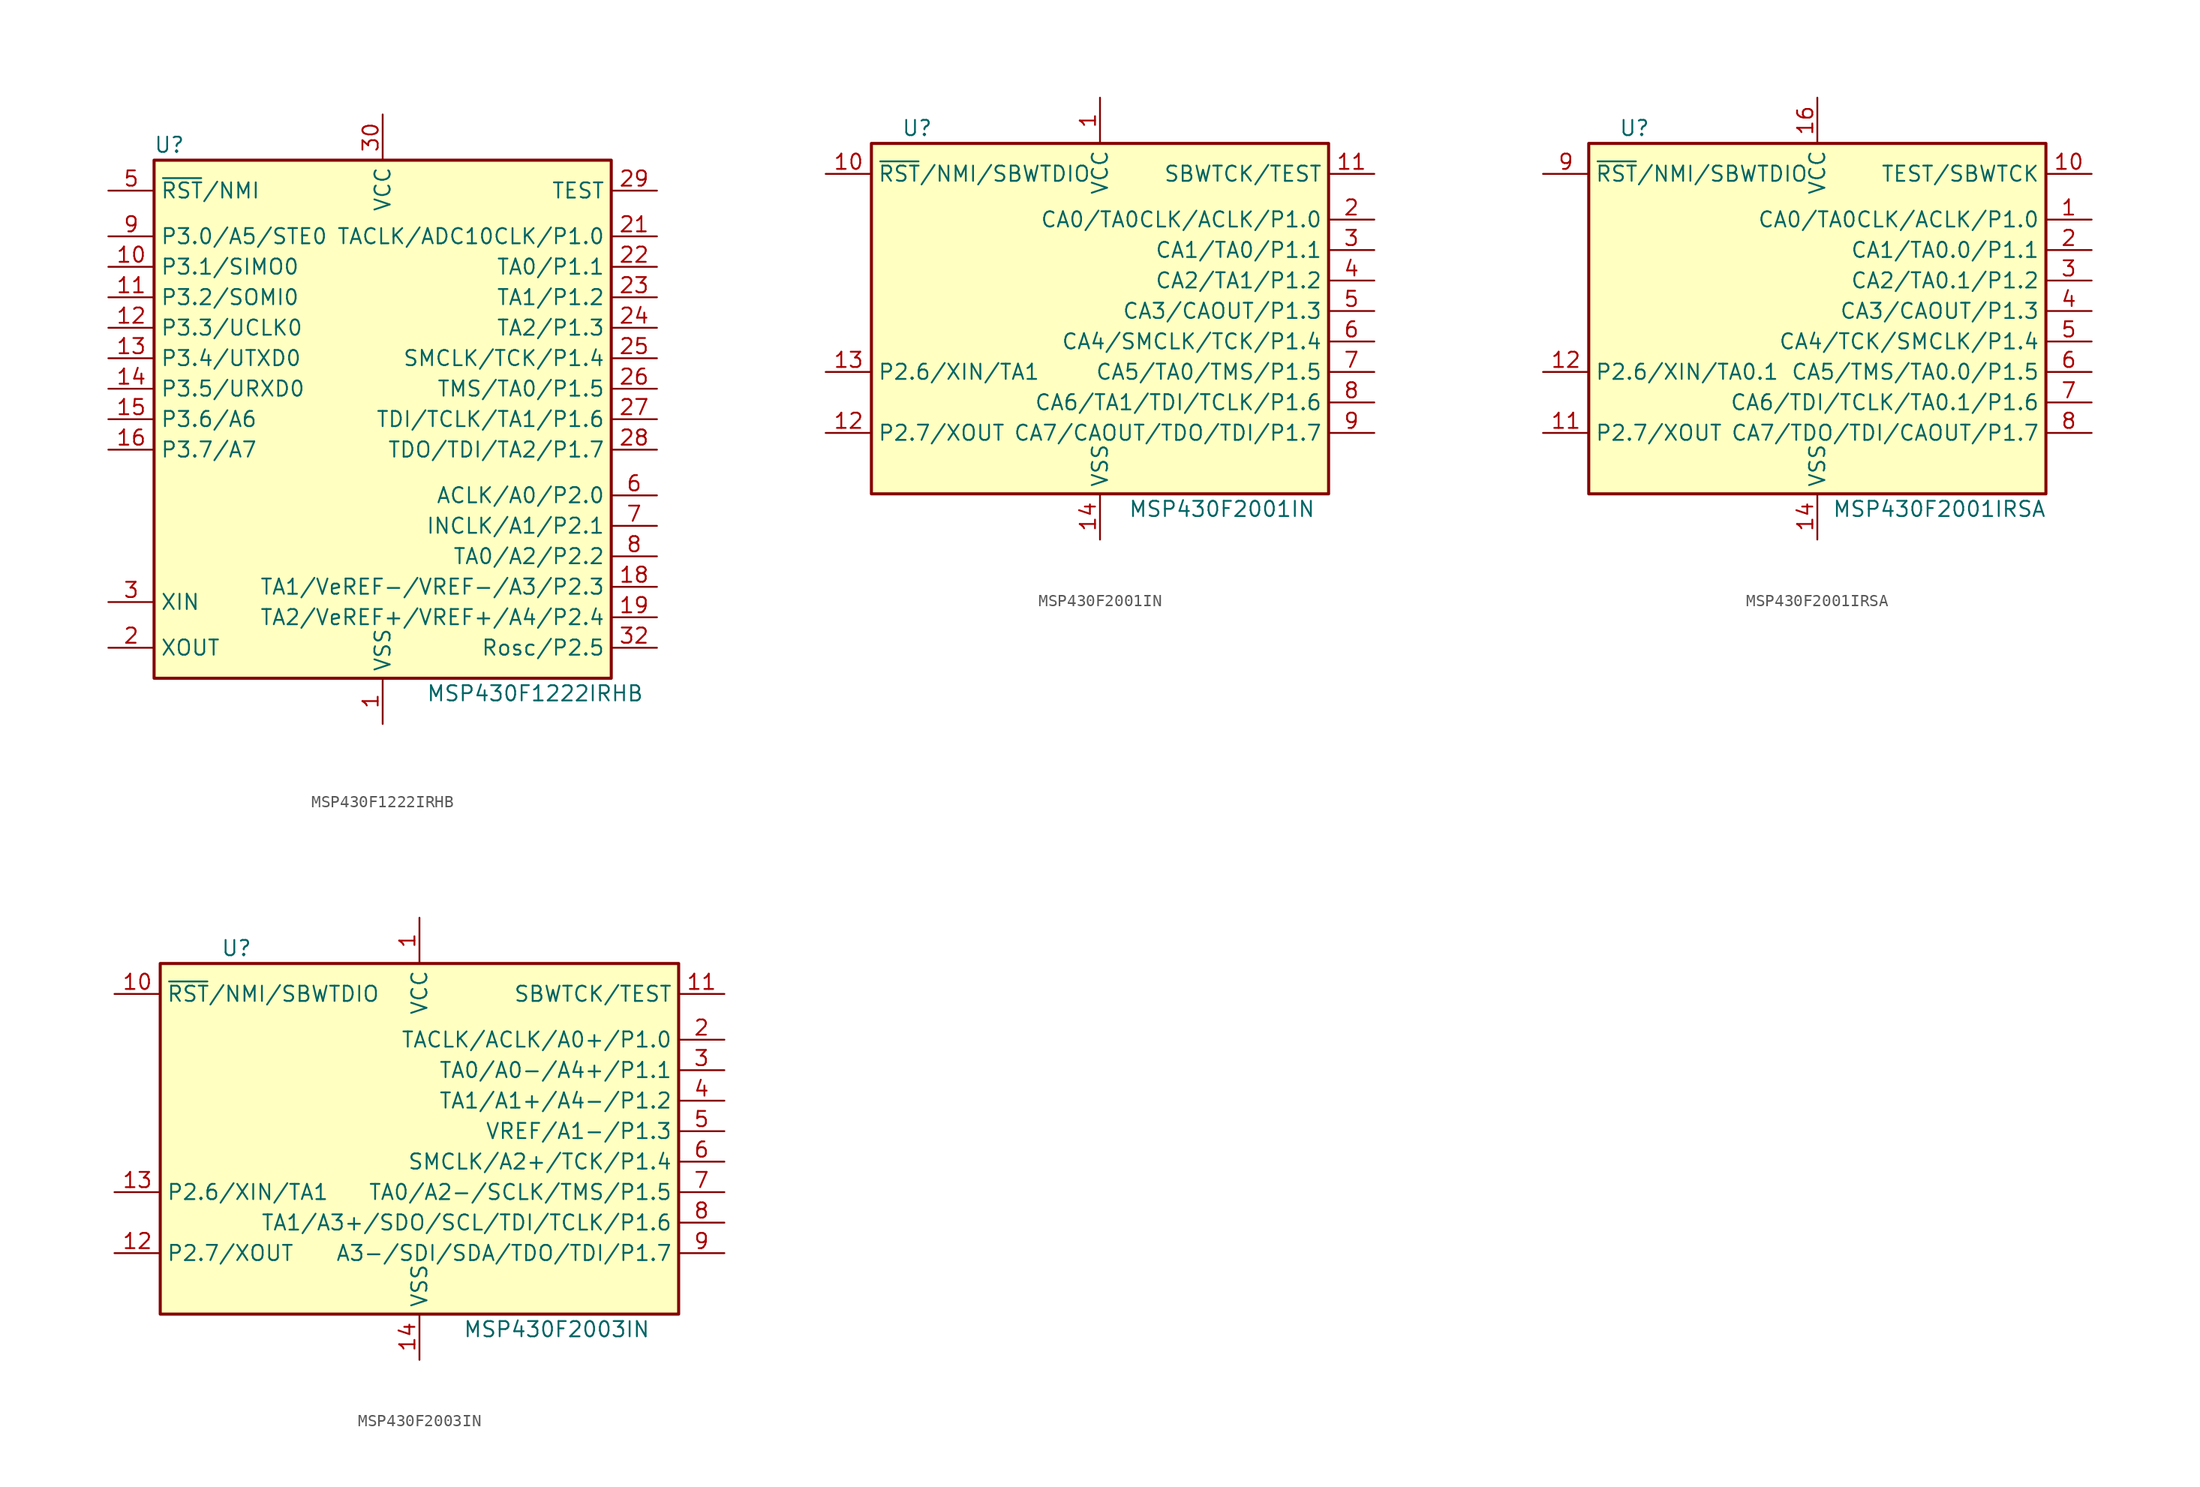
<source format=kicad_sym>
(kicad_symbol_lib
  (version 20211014)
  (generator kicad_symbol_editor)
  (symbol "MSP430F1222IRHB"
    (property "Reference" "U"
      (at -17.78 22.86 0)
      (effects (font (size 1.27 1.27))))
    (property "Value" "MSP430F1222IRHB"
      (at 12.7 -22.86 0)
      (effects (font (size 1.27 1.27))))
    (symbol "MSP430F1222IRHB_0_1"
      (rectangle (start -19.05 21.59) (end 19.05 -21.59) (stroke (width 0.254) (type default) (color 0 0 0 0)) (fill (type background))))
    (symbol "MSP430F1222IRHB_1_1"
      (pin power_in line (at 0 -25.4 90) (length 3.81) (name "VSS" (effects (font (size 1.27 1.27)))) (number "1" (effects (font (size 1.27 1.27)))))
      (pin bidirectional line (at -22.86 12.7 0) (length 3.81) (name "P3.1/SIMO0" (effects (font (size 1.27 1.27)))) (number "10" (effects (font (size 1.27 1.27)))))
      (pin bidirectional line (at -22.86 10.16 0) (length 3.81) (name "P3.2/SOMI0" (effects (font (size 1.27 1.27)))) (number "11" (effects (font (size 1.27 1.27)))))
      (pin bidirectional line (at -22.86 7.62 0) (length 3.81) (name "P3.3/UCLK0" (effects (font (size 1.27 1.27)))) (number "12" (effects (font (size 1.27 1.27)))))
      (pin bidirectional line (at -22.86 5.08 0) (length 3.81) (name "P3.4/UTXD0" (effects (font (size 1.27 1.27)))) (number "13" (effects (font (size 1.27 1.27)))))
      (pin bidirectional line (at -22.86 2.54 0) (length 3.81) (name "P3.5/URXD0" (effects (font (size 1.27 1.27)))) (number "14" (effects (font (size 1.27 1.27)))))
      (pin bidirectional line (at -22.86 0 0) (length 3.81) (name "P3.6/A6" (effects (font (size 1.27 1.27)))) (number "15" (effects (font (size 1.27 1.27)))))
      (pin bidirectional line (at -22.86 -2.54 0) (length 3.81) (name "P3.7/A7" (effects (font (size 1.27 1.27)))) (number "16" (effects (font (size 1.27 1.27)))))
      (pin bidirectional line (at 22.86 -13.97 180) (length 3.81) (name "TA1/VeREF-/VREF-/A3/P2.3" (effects (font (size 1.27 1.27)))) (number "18" (effects (font (size 1.27 1.27)))))
      (pin bidirectional line (at 22.86 -16.51 180) (length 3.81) (name "TA2/VeREF+/VREF+/A4/P2.4" (effects (font (size 1.27 1.27)))) (number "19" (effects (font (size 1.27 1.27)))))
      (pin output line (at -22.86 -19.05 0) (length 3.81) (name "XOUT" (effects (font (size 1.27 1.27)))) (number "2" (effects (font (size 1.27 1.27)))))
      (pin bidirectional line (at 22.86 15.24 180) (length 3.81) (name "TACLK/ADC10CLK/P1.0" (effects (font (size 1.27 1.27)))) (number "21" (effects (font (size 1.27 1.27)))))
      (pin bidirectional line (at 22.86 12.7 180) (length 3.81) (name "TA0/P1.1" (effects (font (size 1.27 1.27)))) (number "22" (effects (font (size 1.27 1.27)))))
      (pin bidirectional line (at 22.86 10.16 180) (length 3.81) (name "TA1/P1.2" (effects (font (size 1.27 1.27)))) (number "23" (effects (font (size 1.27 1.27)))))
      (pin bidirectional line (at 22.86 7.62 180) (length 3.81) (name "TA2/P1.3" (effects (font (size 1.27 1.27)))) (number "24" (effects (font (size 1.27 1.27)))))
      (pin bidirectional line (at 22.86 5.08 180) (length 3.81) (name "SMCLK/TCK/P1.4" (effects (font (size 1.27 1.27)))) (number "25" (effects (font (size 1.27 1.27)))))
      (pin bidirectional line (at 22.86 2.54 180) (length 3.81) (name "TMS/TA0/P1.5" (effects (font (size 1.27 1.27)))) (number "26" (effects (font (size 1.27 1.27)))))
      (pin bidirectional line (at 22.86 0 180) (length 3.81) (name "TDI/TCLK/TA1/P1.6" (effects (font (size 1.27 1.27)))) (number "27" (effects (font (size 1.27 1.27)))))
      (pin bidirectional line (at 22.86 -2.54 180) (length 3.81) (name "TDO/TDI/TA2/P1.7" (effects (font (size 1.27 1.27)))) (number "28" (effects (font (size 1.27 1.27)))))
      (pin input line (at 22.86 19.05 180) (length 3.81) (name "TEST" (effects (font (size 1.27 1.27)))) (number "29" (effects (font (size 1.27 1.27)))))
      (pin input line (at -22.86 -15.24 0) (length 3.81) (name "XIN" (effects (font (size 1.27 1.27)))) (number "3" (effects (font (size 1.27 1.27)))))
      (pin power_in line (at 0 25.4 270) (length 3.81) (name "VCC" (effects (font (size 1.27 1.27)))) (number "30" (effects (font (size 1.27 1.27)))))
      (pin bidirectional line (at 22.86 -19.05 180) (length 3.81) (name "Rosc/P2.5" (effects (font (size 1.27 1.27)))) (number "32" (effects (font (size 1.27 1.27)))))
      (pin input line (at -22.86 19.05 0) (length 3.81) (name "~{RST}/NMI" (effects (font (size 1.27 1.27)))) (number "5" (effects (font (size 1.27 1.27)))))
      (pin bidirectional line (at 22.86 -6.35 180) (length 3.81) (name "ACLK/A0/P2.0" (effects (font (size 1.27 1.27)))) (number "6" (effects (font (size 1.27 1.27)))))
      (pin bidirectional line (at 22.86 -8.89 180) (length 3.81) (name "INCLK/A1/P2.1" (effects (font (size 1.27 1.27)))) (number "7" (effects (font (size 1.27 1.27)))))
      (pin bidirectional line (at 22.86 -11.43 180) (length 3.81) (name "TA0/A2/P2.2" (effects (font (size 1.27 1.27)))) (number "8" (effects (font (size 1.27 1.27)))))
      (pin bidirectional line (at -22.86 15.24 0) (length 3.81) (name "P3.0/A5/STE0" (effects (font (size 1.27 1.27)))) (number "9" (effects (font (size 1.27 1.27)))))))
  (symbol "MSP430F2001IN"
    (property "Reference" "U"
      (at -15.24 15.24 0)
      (effects (font (size 1.27 1.27))))
    (property "Value" "MSP430F2001IN"
      (at 10.16 -16.51 0)
      (effects (font (size 1.27 1.27))))
    (symbol "MSP430F2001IN_0_1"
      (rectangle (start -19.05 13.97) (end 19.05 -15.24) (stroke (width 0.254) (type default) (color 0 0 0 0)) (fill (type background))))
    (symbol "MSP430F2001IN_1_1"
      (pin power_in line (at 0 17.78 270) (length 3.81) (name "VCC" (effects (font (size 1.27 1.27)))) (number "1" (effects (font (size 1.27 1.27)))))
      (pin input line (at -22.86 11.43 0) (length 3.81) (name "~{RST}/NMI/SBWTDIO" (effects (font (size 1.27 1.27)))) (number "10" (effects (font (size 1.27 1.27)))))
      (pin input line (at 22.86 11.43 180) (length 3.81) (name "SBWTCK/TEST" (effects (font (size 1.27 1.27)))) (number "11" (effects (font (size 1.27 1.27)))))
      (pin bidirectional line (at -22.86 -10.16 0) (length 3.81) (name "P2.7/XOUT" (effects (font (size 1.27 1.27)))) (number "12" (effects (font (size 1.27 1.27)))))
      (pin bidirectional line (at -22.86 -5.08 0) (length 3.81) (name "P2.6/XIN/TA1" (effects (font (size 1.27 1.27)))) (number "13" (effects (font (size 1.27 1.27)))))
      (pin power_in line (at 0 -19.05 90) (length 3.81) (name "VSS" (effects (font (size 1.27 1.27)))) (number "14" (effects (font (size 1.27 1.27)))))
      (pin bidirectional line (at 22.86 7.62 180) (length 3.81) (name "CA0/TA0CLK/ACLK/P1.0" (effects (font (size 1.27 1.27)))) (number "2" (effects (font (size 1.27 1.27)))))
      (pin bidirectional line (at 22.86 5.08 180) (length 3.81) (name "CA1/TA0/P1.1" (effects (font (size 1.27 1.27)))) (number "3" (effects (font (size 1.27 1.27)))))
      (pin bidirectional line (at 22.86 2.54 180) (length 3.81) (name "CA2/TA1/P1.2" (effects (font (size 1.27 1.27)))) (number "4" (effects (font (size 1.27 1.27)))))
      (pin bidirectional line (at 22.86 0 180) (length 3.81) (name "CA3/CAOUT/P1.3" (effects (font (size 1.27 1.27)))) (number "5" (effects (font (size 1.27 1.27)))))
      (pin bidirectional line (at 22.86 -2.54 180) (length 3.81) (name "CA4/SMCLK/TCK/P1.4" (effects (font (size 1.27 1.27)))) (number "6" (effects (font (size 1.27 1.27)))))
      (pin bidirectional line (at 22.86 -5.08 180) (length 3.81) (name "CA5/TA0/TMS/P1.5" (effects (font (size 1.27 1.27)))) (number "7" (effects (font (size 1.27 1.27)))))
      (pin bidirectional line (at 22.86 -7.62 180) (length 3.81) (name "CA6/TA1/TDI/TCLK/P1.6" (effects (font (size 1.27 1.27)))) (number "8" (effects (font (size 1.27 1.27)))))
      (pin bidirectional line (at 22.86 -10.16 180) (length 3.81) (name "CA7/CAOUT/TDO/TDI/P1.7" (effects (font (size 1.27 1.27)))) (number "9" (effects (font (size 1.27 1.27)))))))
  (symbol "MSP430F2001IRSA"
    (property "Reference" "U"
      (at -15.24 15.24 0)
      (effects (font (size 1.27 1.27))))
    (property "Value" "MSP430F2001IRSA"
      (at 10.16 -16.51 0)
      (effects (font (size 1.27 1.27))))
    (symbol "MSP430F2001IRSA_0_1"
      (rectangle (start -19.05 13.97) (end 19.05 -15.24) (stroke (width 0.254) (type default) (color 0 0 0 0)) (fill (type background))))
    (symbol "MSP430F2001IRSA_1_1"
      (pin bidirectional line (at 22.86 7.62 180) (length 3.81) (name "CA0/TA0CLK/ACLK/P1.0" (effects (font (size 1.27 1.27)))) (number "1" (effects (font (size 1.27 1.27)))))
      (pin input line (at 22.86 11.43 180) (length 3.81) (name "TEST/SBWTCK" (effects (font (size 1.27 1.27)))) (number "10" (effects (font (size 1.27 1.27)))))
      (pin bidirectional line (at -22.86 -10.16 0) (length 3.81) (name "P2.7/XOUT" (effects (font (size 1.27 1.27)))) (number "11" (effects (font (size 1.27 1.27)))))
      (pin bidirectional line (at -22.86 -5.08 0) (length 3.81) (name "P2.6/XIN/TA0.1" (effects (font (size 1.27 1.27)))) (number "12" (effects (font (size 1.27 1.27)))))
      (pin power_in line (at 0 -19.05 90) (length 3.81) (name "VSS" (effects (font (size 1.27 1.27)))) (number "14" (effects (font (size 1.27 1.27)))))
      (pin power_in line (at 0 17.78 270) (length 3.81) (name "VCC" (effects (font (size 1.27 1.27)))) (number "16" (effects (font (size 1.27 1.27)))))
      (pin bidirectional line (at 22.86 5.08 180) (length 3.81) (name "CA1/TA0.0/P1.1" (effects (font (size 1.27 1.27)))) (number "2" (effects (font (size 1.27 1.27)))))
      (pin bidirectional line (at 22.86 2.54 180) (length 3.81) (name "CA2/TA0.1/P1.2" (effects (font (size 1.27 1.27)))) (number "3" (effects (font (size 1.27 1.27)))))
      (pin bidirectional line (at 22.86 0 180) (length 3.81) (name "CA3/CAOUT/P1.3" (effects (font (size 1.27 1.27)))) (number "4" (effects (font (size 1.27 1.27)))))
      (pin bidirectional line (at 22.86 -2.54 180) (length 3.81) (name "CA4/TCK/SMCLK/P1.4" (effects (font (size 1.27 1.27)))) (number "5" (effects (font (size 1.27 1.27)))))
      (pin bidirectional line (at 22.86 -5.08 180) (length 3.81) (name "CA5/TMS/TA0.0/P1.5" (effects (font (size 1.27 1.27)))) (number "6" (effects (font (size 1.27 1.27)))))
      (pin bidirectional line (at 22.86 -7.62 180) (length 3.81) (name "CA6/TDI/TCLK/TA0.1/P1.6" (effects (font (size 1.27 1.27)))) (number "7" (effects (font (size 1.27 1.27)))))
      (pin bidirectional line (at 22.86 -10.16 180) (length 3.81) (name "CA7/TDO/TDI/CAOUT/P1.7" (effects (font (size 1.27 1.27)))) (number "8" (effects (font (size 1.27 1.27)))))
      (pin input line (at -22.86 11.43 0) (length 3.81) (name "~{RST}/NMI/SBWTDIO" (effects (font (size 1.27 1.27)))) (number "9" (effects (font (size 1.27 1.27)))))))
  (symbol "MSP430F2003IN"
    (property "Reference" "U"
      (at -15.24 15.24 0)
      (effects (font (size 1.27 1.27))))
    (property "Value" "MSP430F2003IN"
      (at 11.43 -16.51 0)
      (effects (font (size 1.27 1.27))))
    (symbol "MSP430F2003IN_0_1"
      (rectangle (start -21.59 13.97) (end 21.59 -15.24) (stroke (width 0.254) (type default) (color 0 0 0 0)) (fill (type background))))
    (symbol "MSP430F2003IN_1_1"
      (pin power_in line (at 0 17.78 270) (length 3.81) (name "VCC" (effects (font (size 1.27 1.27)))) (number "1" (effects (font (size 1.27 1.27)))))
      (pin input line (at -25.4 11.43 0) (length 3.81) (name "~{RST}/NMI/SBWTDIO" (effects (font (size 1.27 1.27)))) (number "10" (effects (font (size 1.27 1.27)))))
      (pin input line (at 25.4 11.43 180) (length 3.81) (name "SBWTCK/TEST" (effects (font (size 1.27 1.27)))) (number "11" (effects (font (size 1.27 1.27)))))
      (pin bidirectional line (at -25.4 -10.16 0) (length 3.81) (name "P2.7/XOUT" (effects (font (size 1.27 1.27)))) (number "12" (effects (font (size 1.27 1.27)))))
      (pin bidirectional line (at -25.4 -5.08 0) (length 3.81) (name "P2.6/XIN/TA1" (effects (font (size 1.27 1.27)))) (number "13" (effects (font (size 1.27 1.27)))))
      (pin power_in line (at 0 -19.05 90) (length 3.81) (name "VSS" (effects (font (size 1.27 1.27)))) (number "14" (effects (font (size 1.27 1.27)))))
      (pin bidirectional line (at 25.4 7.62 180) (length 3.81) (name "TACLK/ACLK/A0+/P1.0" (effects (font (size 1.27 1.27)))) (number "2" (effects (font (size 1.27 1.27)))))
      (pin bidirectional line (at 25.4 5.08 180) (length 3.81) (name "TA0/A0-/A4+/P1.1" (effects (font (size 1.27 1.27)))) (number "3" (effects (font (size 1.27 1.27)))))
      (pin bidirectional line (at 25.4 2.54 180) (length 3.81) (name "TA1/A1+/A4-/P1.2" (effects (font (size 1.27 1.27)))) (number "4" (effects (font (size 1.27 1.27)))))
      (pin bidirectional line (at 25.4 0 180) (length 3.81) (name "VREF/A1-/P1.3" (effects (font (size 1.27 1.27)))) (number "5" (effects (font (size 1.27 1.27)))))
      (pin bidirectional line (at 25.4 -2.54 180) (length 3.81) (name "SMCLK/A2+/TCK/P1.4" (effects (font (size 1.27 1.27)))) (number "6" (effects (font (size 1.27 1.27)))))
      (pin bidirectional line (at 25.4 -5.08 180) (length 3.81) (name "TA0/A2-/SCLK/TMS/P1.5" (effects (font (size 1.27 1.27)))) (number "7" (effects (font (size 1.27 1.27)))))
      (pin bidirectional line (at 25.4 -7.62 180) (length 3.81) (name "TA1/A3+/SDO/SCL/TDI/TCLK/P1.6" (effects (font (size 1.27 1.27)))) (number "8" (effects (font (size 1.27 1.27)))))
      (pin bidirectional line (at 25.4 -10.16 180) (length 3.81) (name "A3-/SDI/SDA/TDO/TDI/P1.7" (effects (font (size 1.27 1.27)))) (number "9" (effects (font (size 1.27 1.27))))))))
</source>
